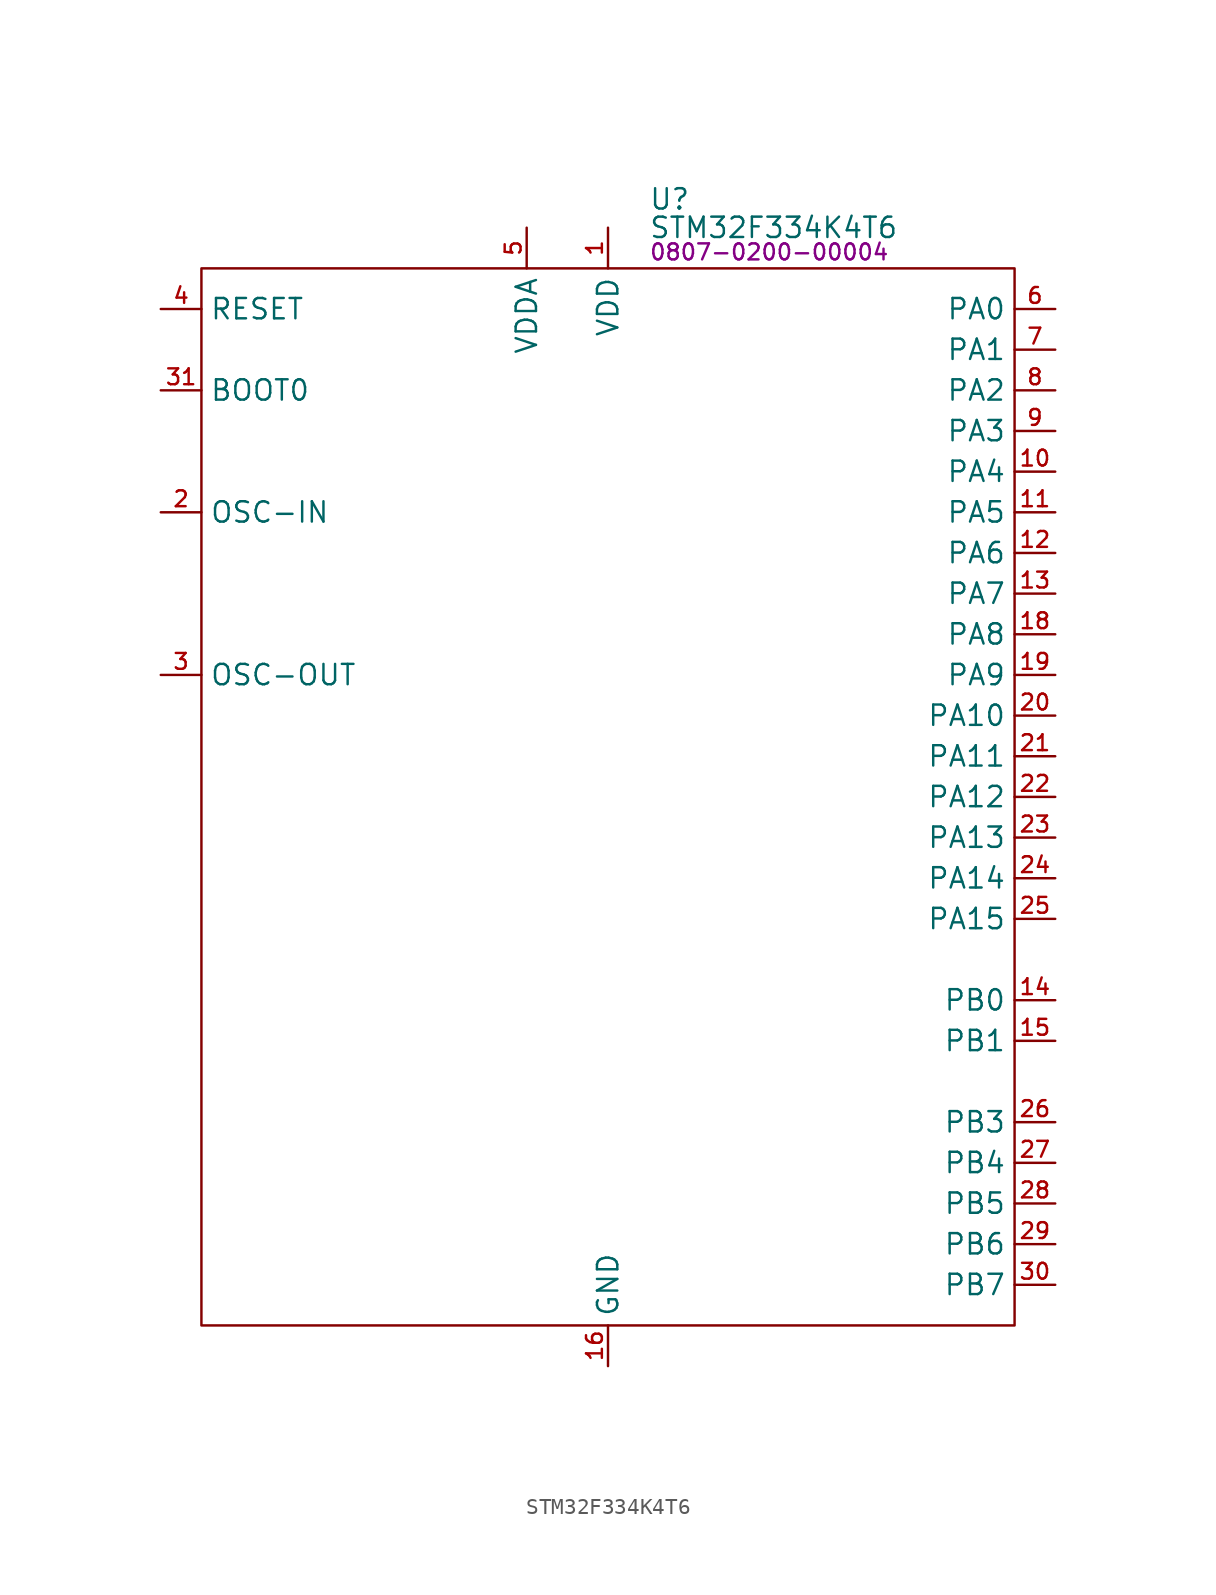
<source format=kicad_sym>
(kicad_symbol_lib
  (version 20231120)
  (generator "kicad_symbol_editor")
  (generator_version "8.0")
  (symbol "STM32F334K4T6"
    (property "Reference" "U"
      (at 27.94 4.318 0)
      (effects (font (size 1.27 1.27)) (justify left)))
    (property "Value" "STM32F334K4T6"
      (at 27.94 2.54 0)
      (effects (font (size 1.27 1.27)) (justify left)))
    (property "PartNumber" "0807-0200-00004"
      (at 27.94 1.016 0)
      (effects (font (size 1 1)) (justify left)))
    (symbol "STM32F334K4T6_0_0"
      (pin power_in line (at 25.4 2.54 270) (length 2.54) (name "VDD" (effects (font (size 1.27 1.27)))) (number "1" (effects (font (size 0.991 0.991)))))
      (pin bidirectional line (at 53.34 -12.7 180) (length 2.54) (name "PA4" (effects (font (size 1.27 1.27)))) (number "10" (effects (font (size 0.991 0.991)))))
      (pin bidirectional line (at 53.34 -15.24 180) (length 2.54) (name "PA5" (effects (font (size 1.27 1.27)))) (number "11" (effects (font (size 0.991 0.991)))))
      (pin bidirectional line (at 53.34 -17.78 180) (length 2.54) (name "PA6" (effects (font (size 1.27 1.27)))) (number "12" (effects (font (size 0.991 0.991)))))
      (pin bidirectional line (at 53.34 -20.32 180) (length 2.54) (name "PA7" (effects (font (size 1.27 1.27)))) (number "13" (effects (font (size 0.991 0.991)))))
      (pin bidirectional line (at 53.34 -45.72 180) (length 2.54) (name "PB0" (effects (font (size 1.27 1.27)))) (number "14" (effects (font (size 0.991 0.991)))))
      (pin bidirectional line (at 53.34 -48.26 180) (length 2.54) (name "PB1" (effects (font (size 1.27 1.27)))) (number "15" (effects (font (size 0.991 0.991)))))
      (pin power_in line (at 25.4 -68.58 90) (length 2.54) (name "GND" (effects (font (size 1.27 1.27)))) (number "16" (effects (font (size 0.991 0.991)))))
      (pin power_in line (at 25.4 2.54 270) (length 2.54) hide (name "VDD" (effects (font (size 1.27 1.27)))) (number "17" (effects (font (size 0.991 0.991)))))
      (pin bidirectional line (at 53.34 -22.86 180) (length 2.54) (name "PA8" (effects (font (size 1.27 1.27)))) (number "18" (effects (font (size 0.991 0.991)))))
      (pin bidirectional line (at 53.34 -25.4 180) (length 2.54) (name "PA9" (effects (font (size 1.27 1.27)))) (number "19" (effects (font (size 0.991 0.991)))))
      (pin input line (at -2.54 -15.24 0) (length 2.54) (name "OSC-IN" (effects (font (size 1.27 1.27)))) (number "2" (effects (font (size 0.991 0.991)))))
      (pin bidirectional line (at 53.34 -27.94 180) (length 2.54) (name "PA10" (effects (font (size 1.27 1.27)))) (number "20" (effects (font (size 0.991 0.991)))))
      (pin bidirectional line (at 53.34 -30.48 180) (length 2.54) (name "PA11" (effects (font (size 1.27 1.27)))) (number "21" (effects (font (size 0.991 0.991)))))
      (pin bidirectional line (at 53.34 -33.02 180) (length 2.54) (name "PA12" (effects (font (size 1.27 1.27)))) (number "22" (effects (font (size 0.991 0.991)))))
      (pin bidirectional line (at 53.34 -35.56 180) (length 2.54) (name "PA13" (effects (font (size 1.27 1.27)))) (number "23" (effects (font (size 0.991 0.991)))))
      (pin bidirectional line (at 53.34 -38.1 180) (length 2.54) (name "PA14" (effects (font (size 1.27 1.27)))) (number "24" (effects (font (size 0.991 0.991)))))
      (pin bidirectional line (at 53.34 -40.64 180) (length 2.54) (name "PA15" (effects (font (size 1.27 1.27)))) (number "25" (effects (font (size 0.991 0.991)))))
      (pin bidirectional line (at 53.34 -53.34 180) (length 2.54) (name "PB3" (effects (font (size 1.27 1.27)))) (number "26" (effects (font (size 0.991 0.991)))))
      (pin bidirectional line (at 53.34 -55.88 180) (length 2.54) (name "PB4" (effects (font (size 1.27 1.27)))) (number "27" (effects (font (size 0.991 0.991)))))
      (pin bidirectional line (at 53.34 -58.42 180) (length 2.54) (name "PB5" (effects (font (size 1.27 1.27)))) (number "28" (effects (font (size 0.991 0.991)))))
      (pin bidirectional line (at 53.34 -60.96 180) (length 2.54) (name "PB6" (effects (font (size 1.27 1.27)))) (number "29" (effects (font (size 0.991 0.991)))))
      (pin output line (at -2.54 -25.4 0) (length 2.54) (name "OSC-OUT" (effects (font (size 1.27 1.27)))) (number "3" (effects (font (size 0.991 0.991)))))
      (pin bidirectional line (at 53.34 -63.5 180) (length 2.54) (name "PB7" (effects (font (size 1.27 1.27)))) (number "30" (effects (font (size 0.991 0.991)))))
      (pin input line (at -2.54 -7.62 0) (length 2.54) (name "BOOT0" (effects (font (size 1.27 1.27)))) (number "31" (effects (font (size 0.991 0.991)))))
      (pin power_in line (at 25.4 -68.58 90) (length 2.54) hide (name "GND" (effects (font (size 1.27 1.27)))) (number "32" (effects (font (size 0.991 0.991)))))
      (pin input line (at -2.54 -2.54 0) (length 2.54) (name "RESET" (effects (font (size 1.27 1.27)))) (number "4" (effects (font (size 0.991 0.991)))))
      (pin power_in line (at 20.32 2.54 270) (length 2.54) (name "VDDA" (effects (font (size 1.27 1.27)))) (number "5" (effects (font (size 0.991 0.991)))))
      (pin bidirectional line (at 53.34 -2.54 180) (length 2.54) (name "PA0" (effects (font (size 1.27 1.27)))) (number "6" (effects (font (size 0.991 0.991)))))
      (pin bidirectional line (at 53.34 -5.08 180) (length 2.54) (name "PA1" (effects (font (size 1.27 1.27)))) (number "7" (effects (font (size 0.991 0.991)))))
      (pin bidirectional line (at 53.34 -7.62 180) (length 2.54) (name "PA2" (effects (font (size 1.27 1.27)))) (number "8" (effects (font (size 0.991 0.991)))))
      (pin bidirectional line (at 53.34 -10.16 180) (length 2.54) (name "PA3" (effects (font (size 1.27 1.27)))) (number "9" (effects (font (size 0.991 0.991))))))
    (symbol "STM32F334K4T6_0_1"
      (rectangle (start 0 0) (end 50.8 -66.04) (stroke (width 0) (type default)) (fill (type none))))))
</source>
